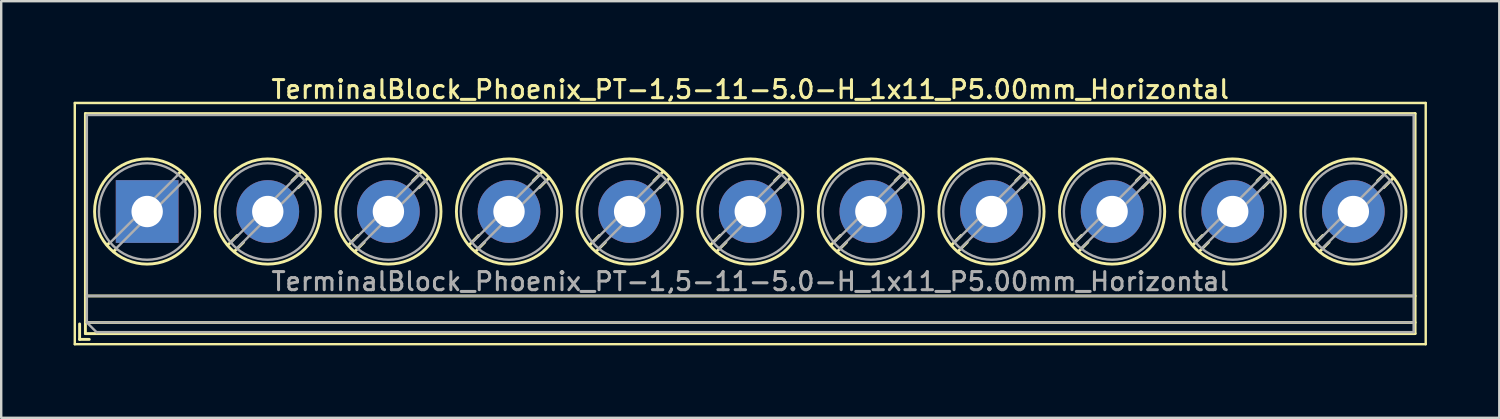
<source format=kicad_pcb>
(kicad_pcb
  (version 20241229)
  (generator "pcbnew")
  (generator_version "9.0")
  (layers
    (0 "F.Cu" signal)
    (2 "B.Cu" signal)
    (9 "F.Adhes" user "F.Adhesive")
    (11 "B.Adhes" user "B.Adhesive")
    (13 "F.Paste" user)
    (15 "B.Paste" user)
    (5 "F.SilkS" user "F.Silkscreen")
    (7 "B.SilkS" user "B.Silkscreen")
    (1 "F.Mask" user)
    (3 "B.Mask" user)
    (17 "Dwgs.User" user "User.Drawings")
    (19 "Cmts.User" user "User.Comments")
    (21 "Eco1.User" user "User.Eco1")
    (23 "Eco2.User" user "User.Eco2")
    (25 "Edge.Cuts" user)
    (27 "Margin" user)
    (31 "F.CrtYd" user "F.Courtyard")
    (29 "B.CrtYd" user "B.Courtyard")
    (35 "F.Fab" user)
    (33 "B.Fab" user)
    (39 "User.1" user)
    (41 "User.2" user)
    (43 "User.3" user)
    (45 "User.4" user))
  (footprint "TerminalBlock_Phoenix_PT-1,5-11-5.0-H_1x11_P5.00mm_Horizontal"
    (layer "F.Cu")
    (at 3.05 5.718)
    (property "Reference" "TerminalBlock_Phoenix_PT-1,5-11-5.0-H_1x11_P5.00mm_Horizontal" (at 25 -5.06 0) (layer "F.SilkS") (effects (font (size 0.75 0.75) (thickness 0.125))))
    (attr through_hole)
    (fp_line (start -3 -4.5) (end -3 5.5) (stroke (width 0.1) (type solid)) (layer "F.SilkS"))
    (fp_line (start -3 5.5) (end 53 5.5) (stroke (width 0.1) (type solid)) (layer "F.SilkS"))
    (fp_line (start -2.8 4.66) (end -2.8 5.3) (stroke (width 0.12) (type solid)) (layer "F.SilkS"))
    (fp_line (start -2.8 5.3) (end -2.4 5.3) (stroke (width 0.12) (type solid)) (layer "F.SilkS"))
    (fp_line (start -2.56 -4.06) (end -2.56 5.06) (stroke (width 0.12) (type solid)) (layer "F.SilkS"))
    (fp_line (start -2.56 -4.06) (end 52.56 -4.06) (stroke (width 0.12) (type solid)) (layer "F.SilkS"))
    (fp_line (start -2.56 3.5) (end 52.56 3.5) (stroke (width 0.12) (type solid)) (layer "F.SilkS"))
    (fp_line (start -2.56 4.6) (end 52.56 4.6) (stroke (width 0.12) (type solid)) (layer "F.SilkS"))
    (fp_line (start -2.56 5.06) (end 52.56 5.06) (stroke (width 0.12) (type solid)) (layer "F.SilkS"))
    (fp_line (start -1.548 1.281) (end -1.654 1.388) (stroke (width 0.12) (type solid)) (layer "F.SilkS"))
    (fp_line (start -1.282 1.547) (end -1.388 1.654) (stroke (width 0.12) (type solid)) (layer "F.SilkS"))
    (fp_line (start 1.388 -1.654) (end 1.281 -1.547) (stroke (width 0.12) (type solid)) (layer "F.SilkS"))
    (fp_line (start 1.654 -1.388) (end 1.547 -1.281) (stroke (width 0.12) (type solid)) (layer "F.SilkS"))
    (fp_line (start 3.742 0.992) (end 3.347 1.388) (stroke (width 0.12) (type solid)) (layer "F.SilkS"))
    (fp_line (start 3.993 1.274) (end 3.613 1.654) (stroke (width 0.12) (type solid)) (layer "F.SilkS"))
    (fp_line (start 6.388 -1.654) (end 6.008 -1.274) (stroke (width 0.12) (type solid)) (layer "F.SilkS"))
    (fp_line (start 6.654 -1.388) (end 6.259 -0.992) (stroke (width 0.12) (type solid)) (layer "F.SilkS"))
    (fp_line (start 8.742 0.992) (end 8.347 1.388) (stroke (width 0.12) (type solid)) (layer "F.SilkS"))
    (fp_line (start 8.993 1.274) (end 8.613 1.654) (stroke (width 0.12) (type solid)) (layer "F.SilkS"))
    (fp_line (start 11.388 -1.654) (end 11.008 -1.274) (stroke (width 0.12) (type solid)) (layer "F.SilkS"))
    (fp_line (start 11.654 -1.388) (end 11.259 -0.992) (stroke (width 0.12) (type solid)) (layer "F.SilkS"))
    (fp_line (start 13.742 0.992) (end 13.347 1.388) (stroke (width 0.12) (type solid)) (layer "F.SilkS"))
    (fp_line (start 13.993 1.274) (end 13.613 1.654) (stroke (width 0.12) (type solid)) (layer "F.SilkS"))
    (fp_line (start 16.388 -1.654) (end 16.008 -1.274) (stroke (width 0.12) (type solid)) (layer "F.SilkS"))
    (fp_line (start 16.654 -1.388) (end 16.259 -0.992) (stroke (width 0.12) (type solid)) (layer "F.SilkS"))
    (fp_line (start 18.742 0.992) (end 18.347 1.388) (stroke (width 0.12) (type solid)) (layer "F.SilkS"))
    (fp_line (start 18.993 1.274) (end 18.613 1.654) (stroke (width 0.12) (type solid)) (layer "F.SilkS"))
    (fp_line (start 21.388 -1.654) (end 21.008 -1.274) (stroke (width 0.12) (type solid)) (layer "F.SilkS"))
    (fp_line (start 21.654 -1.388) (end 21.259 -0.992) (stroke (width 0.12) (type solid)) (layer "F.SilkS"))
    (fp_line (start 23.742 0.992) (end 23.347 1.388) (stroke (width 0.12) (type solid)) (layer "F.SilkS"))
    (fp_line (start 23.993 1.274) (end 23.613 1.654) (stroke (width 0.12) (type solid)) (layer "F.SilkS"))
    (fp_line (start 26.388 -1.654) (end 26.008 -1.274) (stroke (width 0.12) (type solid)) (layer "F.SilkS"))
    (fp_line (start 26.654 -1.388) (end 26.259 -0.992) (stroke (width 0.12) (type solid)) (layer "F.SilkS"))
    (fp_line (start 28.742 0.992) (end 28.347 1.388) (stroke (width 0.12) (type solid)) (layer "F.SilkS"))
    (fp_line (start 28.993 1.274) (end 28.613 1.654) (stroke (width 0.12) (type solid)) (layer "F.SilkS"))
    (fp_line (start 31.388 -1.654) (end 31.008 -1.274) (stroke (width 0.12) (type solid)) (layer "F.SilkS"))
    (fp_line (start 31.654 -1.388) (end 31.259 -0.992) (stroke (width 0.12) (type solid)) (layer "F.SilkS"))
    (fp_line (start 33.742 0.992) (end 33.347 1.388) (stroke (width 0.12) (type solid)) (layer "F.SilkS"))
    (fp_line (start 33.993 1.274) (end 33.613 1.654) (stroke (width 0.12) (type solid)) (layer "F.SilkS"))
    (fp_line (start 36.388 -1.654) (end 36.008 -1.274) (stroke (width 0.12) (type solid)) (layer "F.SilkS"))
    (fp_line (start 36.654 -1.388) (end 36.259 -0.992) (stroke (width 0.12) (type solid)) (layer "F.SilkS"))
    (fp_line (start 38.742 0.992) (end 38.347 1.388) (stroke (width 0.12) (type solid)) (layer "F.SilkS"))
    (fp_line (start 38.993 1.274) (end 38.613 1.654) (stroke (width 0.12) (type solid)) (layer "F.SilkS"))
    (fp_line (start 41.388 -1.654) (end 41.008 -1.274) (stroke (width 0.12) (type solid)) (layer "F.SilkS"))
    (fp_line (start 41.654 -1.388) (end 41.259 -0.992) (stroke (width 0.12) (type solid)) (layer "F.SilkS"))
    (fp_line (start 43.742 0.992) (end 43.347 1.388) (stroke (width 0.12) (type solid)) (layer "F.SilkS"))
    (fp_line (start 43.993 1.274) (end 43.613 1.654) (stroke (width 0.12) (type solid)) (layer "F.SilkS"))
    (fp_line (start 46.388 -1.654) (end 46.008 -1.274) (stroke (width 0.12) (type solid)) (layer "F.SilkS"))
    (fp_line (start 46.654 -1.388) (end 46.259 -0.992) (stroke (width 0.12) (type solid)) (layer "F.SilkS"))
    (fp_line (start 48.742 0.992) (end 48.347 1.388) (stroke (width 0.12) (type solid)) (layer "F.SilkS"))
    (fp_line (start 48.993 1.274) (end 48.613 1.654) (stroke (width 0.12) (type solid)) (layer "F.SilkS"))
    (fp_line (start 51.388 -1.654) (end 51.008 -1.274) (stroke (width 0.12) (type solid)) (layer "F.SilkS"))
    (fp_line (start 51.654 -1.388) (end 51.259 -0.992) (stroke (width 0.12) (type solid)) (layer "F.SilkS"))
    (fp_line (start 52.56 -4.06) (end 52.56 5.06) (stroke (width 0.12) (type solid)) (layer "F.SilkS"))
    (fp_line (start 53 -4.5) (end -3 -4.5) (stroke (width 0.1) (type solid)) (layer "F.SilkS"))
    (fp_line (start 53 5.5) (end 53 -4.5) (stroke (width 0.1) (type solid)) (layer "F.SilkS"))
    (fp_circle (center 0 0) (end 2.18 0) (stroke (width 0.12) (type solid)) (fill no) (layer "F.SilkS"))
    (fp_circle (center 5 0) (end 7.18 0) (stroke (width 0.12) (type solid)) (fill no) (layer "F.SilkS"))
    (fp_circle (center 10 0) (end 12.18 0) (stroke (width 0.12) (type solid)) (fill no) (layer "F.SilkS"))
    (fp_circle (center 15 0) (end 17.18 0) (stroke (width 0.12) (type solid)) (fill no) (layer "F.SilkS"))
    (fp_circle (center 20 0) (end 22.18 0) (stroke (width 0.12) (type solid)) (fill no) (layer "F.SilkS"))
    (fp_circle (center 25 0) (end 27.18 0) (stroke (width 0.12) (type solid)) (fill no) (layer "F.SilkS"))
    (fp_circle (center 30 0) (end 32.18 0) (stroke (width 0.12) (type solid)) (fill no) (layer "F.SilkS"))
    (fp_circle (center 35 0) (end 37.18 0) (stroke (width 0.12) (type solid)) (fill no) (layer "F.SilkS"))
    (fp_circle (center 40 0) (end 42.18 0) (stroke (width 0.12) (type solid)) (fill no) (layer "F.SilkS"))
    (fp_circle (center 45 0) (end 47.18 0) (stroke (width 0.12) (type solid)) (fill no) (layer "F.SilkS"))
    (fp_circle (center 50 0) (end 52.18 0) (stroke (width 0.12) (type solid)) (fill no) (layer "F.SilkS"))
    (fp_line (start -2.5 -4) (end 52.5 -4) (stroke (width 0.1) (type solid)) (layer "F.Fab"))
    (fp_line (start -2.5 3.5) (end 52.5 3.5) (stroke (width 0.1) (type solid)) (layer "F.Fab"))
    (fp_line (start -2.5 4.6) (end -2.5 -4) (stroke (width 0.1) (type solid)) (layer "F.Fab"))
    (fp_line (start -2.5 4.6) (end 52.5 4.6) (stroke (width 0.1) (type solid)) (layer "F.Fab"))
    (fp_line (start -2.1 5) (end -2.5 4.6) (stroke (width 0.1) (type solid)) (layer "F.Fab"))
    (fp_line (start 1.273 -1.517) (end -1.517 1.273) (stroke (width 0.1) (type solid)) (layer "F.Fab"))
    (fp_line (start 1.517 -1.273) (end -1.273 1.517) (stroke (width 0.1) (type solid)) (layer "F.Fab"))
    (fp_line (start 6.273 -1.517) (end 3.484 1.273) (stroke (width 0.1) (type solid)) (layer "F.Fab"))
    (fp_line (start 6.517 -1.273) (end 3.728 1.517) (stroke (width 0.1) (type solid)) (layer "F.Fab"))
    (fp_line (start 11.273 -1.517) (end 8.484 1.273) (stroke (width 0.1) (type solid)) (layer "F.Fab"))
    (fp_line (start 11.517 -1.273) (end 8.728 1.517) (stroke (width 0.1) (type solid)) (layer "F.Fab"))
    (fp_line (start 16.273 -1.517) (end 13.484 1.273) (stroke (width 0.1) (type solid)) (layer "F.Fab"))
    (fp_line (start 16.517 -1.273) (end 13.728 1.517) (stroke (width 0.1) (type solid)) (layer "F.Fab"))
    (fp_line (start 21.273 -1.517) (end 18.484 1.273) (stroke (width 0.1) (type solid)) (layer "F.Fab"))
    (fp_line (start 21.517 -1.273) (end 18.728 1.517) (stroke (width 0.1) (type solid)) (layer "F.Fab"))
    (fp_line (start 26.273 -1.517) (end 23.484 1.273) (stroke (width 0.1) (type solid)) (layer "F.Fab"))
    (fp_line (start 26.517 -1.273) (end 23.728 1.517) (stroke (width 0.1) (type solid)) (layer "F.Fab"))
    (fp_line (start 31.273 -1.517) (end 28.484 1.273) (stroke (width 0.1) (type solid)) (layer "F.Fab"))
    (fp_line (start 31.517 -1.273) (end 28.728 1.517) (stroke (width 0.1) (type solid)) (layer "F.Fab"))
    (fp_line (start 36.273 -1.517) (end 33.484 1.273) (stroke (width 0.1) (type solid)) (layer "F.Fab"))
    (fp_line (start 36.517 -1.273) (end 33.728 1.517) (stroke (width 0.1) (type solid)) (layer "F.Fab"))
    (fp_line (start 41.273 -1.517) (end 38.484 1.273) (stroke (width 0.1) (type solid)) (layer "F.Fab"))
    (fp_line (start 41.517 -1.273) (end 38.728 1.517) (stroke (width 0.1) (type solid)) (layer "F.Fab"))
    (fp_line (start 46.273 -1.517) (end 43.484 1.273) (stroke (width 0.1) (type solid)) (layer "F.Fab"))
    (fp_line (start 46.517 -1.273) (end 43.728 1.517) (stroke (width 0.1) (type solid)) (layer "F.Fab"))
    (fp_line (start 51.273 -1.517) (end 48.484 1.273) (stroke (width 0.1) (type solid)) (layer "F.Fab"))
    (fp_line (start 51.517 -1.273) (end 48.728 1.517) (stroke (width 0.1) (type solid)) (layer "F.Fab"))
    (fp_line (start 52.5 -4) (end 52.5 5) (stroke (width 0.1) (type solid)) (layer "F.Fab"))
    (fp_line (start 52.5 5) (end -2.1 5) (stroke (width 0.1) (type solid)) (layer "F.Fab"))
    (fp_circle (center 0 0) (end 2 0) (stroke (width 0.1) (type solid)) (fill no) (layer "F.Fab"))
    (fp_circle (center 5 0) (end 7 0) (stroke (width 0.1) (type solid)) (fill no) (layer "F.Fab"))
    (fp_circle (center 10 0) (end 12 0) (stroke (width 0.1) (type solid)) (fill no) (layer "F.Fab"))
    (fp_circle (center 15 0) (end 17 0) (stroke (width 0.1) (type solid)) (fill no) (layer "F.Fab"))
    (fp_circle (center 20 0) (end 22 0) (stroke (width 0.1) (type solid)) (fill no) (layer "F.Fab"))
    (fp_circle (center 25 0) (end 27 0) (stroke (width 0.1) (type solid)) (fill no) (layer "F.Fab"))
    (fp_circle (center 30 0) (end 32 0) (stroke (width 0.1) (type solid)) (fill no) (layer "F.Fab"))
    (fp_circle (center 35 0) (end 37 0) (stroke (width 0.1) (type solid)) (fill no) (layer "F.Fab"))
    (fp_circle (center 40 0) (end 42 0) (stroke (width 0.1) (type solid)) (fill no) (layer "F.Fab"))
    (fp_circle (center 45 0) (end 47 0) (stroke (width 0.1) (type solid)) (fill no) (layer "F.Fab"))
    (fp_circle (center 50 0) (end 52 0) (stroke (width 0.1) (type solid)) (fill no) (layer "F.Fab"))
    (fp_text user "${REFERENCE}" (at 25 2.9 0) (layer "F.Fab") (effects (font (size 0.75 0.75) (thickness 0.125))))
    (pad "1" thru_hole rect (at 0 0) (size 2.6 2.6) (drill 1.3) (layers "*.Cu" "*.Mask"))
    (pad "2" thru_hole circle (at 5 0) (size 2.6 2.6) (drill 1.3) (layers "*.Cu" "*.Mask"))
    (pad "3" thru_hole circle (at 10 0) (size 2.6 2.6) (drill 1.3) (layers "*.Cu" "*.Mask"))
    (pad "4" thru_hole circle (at 15 0) (size 2.6 2.6) (drill 1.3) (layers "*.Cu" "*.Mask"))
    (pad "5" thru_hole circle (at 20 0) (size 2.6 2.6) (drill 1.3) (layers "*.Cu" "*.Mask"))
    (pad "6" thru_hole circle (at 25 0) (size 2.6 2.6) (drill 1.3) (layers "*.Cu" "*.Mask"))
    (pad "7" thru_hole circle (at 30 0) (size 2.6 2.6) (drill 1.3) (layers "*.Cu" "*.Mask"))
    (pad "8" thru_hole circle (at 35 0) (size 2.6 2.6) (drill 1.3) (layers "*.Cu" "*.Mask"))
    (pad "9" thru_hole circle (at 40 0) (size 2.6 2.6) (drill 1.3) (layers "*.Cu" "*.Mask"))
    (pad "10" thru_hole circle (at 45 0) (size 2.6 2.6) (drill 1.3) (layers "*.Cu" "*.Mask"))
    (pad "11" thru_hole circle (at 50 0) (size 2.6 2.6) (drill 1.3) (layers "*.Cu" "*.Mask")))
  (gr_rect
    (start -3 -3)
    (end 59.1 14.268)
    (stroke (width 0.1) (type default))
    (fill no)
    (layer "Edge.Cuts")))
</source>
